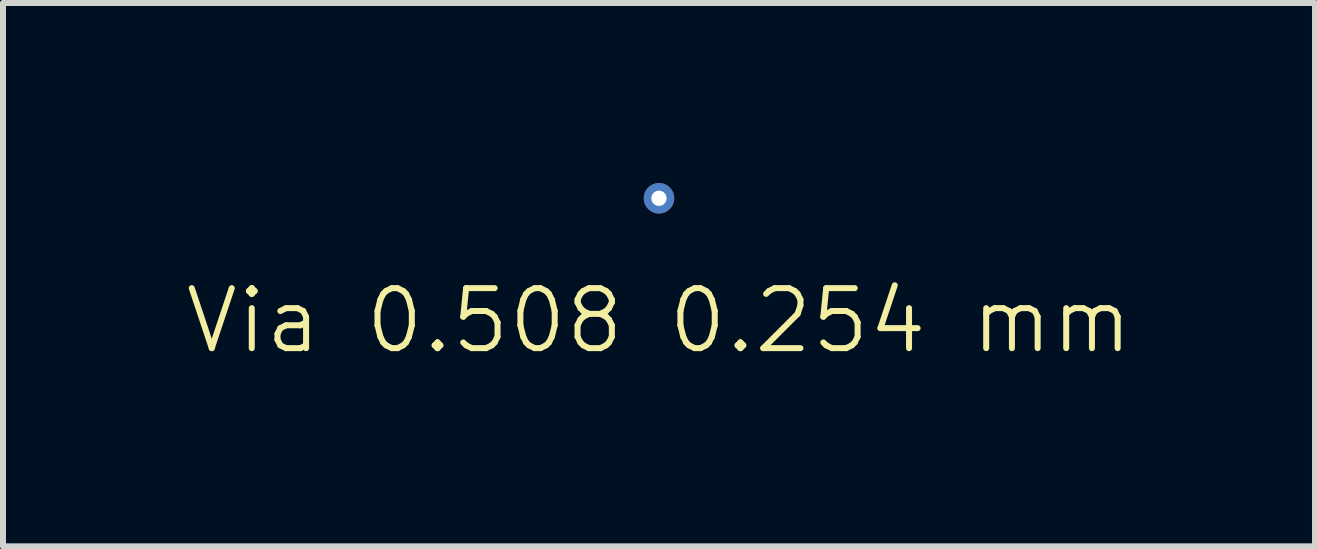
<source format=kicad_pcb>
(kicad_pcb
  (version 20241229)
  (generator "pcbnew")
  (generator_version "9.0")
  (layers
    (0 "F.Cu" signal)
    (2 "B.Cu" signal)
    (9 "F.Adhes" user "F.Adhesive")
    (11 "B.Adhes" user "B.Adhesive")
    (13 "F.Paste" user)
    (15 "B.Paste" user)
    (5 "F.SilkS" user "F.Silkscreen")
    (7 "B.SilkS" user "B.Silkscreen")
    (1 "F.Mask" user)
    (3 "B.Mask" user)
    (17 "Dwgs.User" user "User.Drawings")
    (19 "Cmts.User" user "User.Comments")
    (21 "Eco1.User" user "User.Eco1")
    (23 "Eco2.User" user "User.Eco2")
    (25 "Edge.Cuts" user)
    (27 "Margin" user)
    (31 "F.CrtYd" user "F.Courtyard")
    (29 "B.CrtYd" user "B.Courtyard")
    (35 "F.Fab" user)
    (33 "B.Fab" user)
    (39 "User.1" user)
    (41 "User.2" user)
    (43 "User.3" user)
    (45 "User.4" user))
  (footprint "Via 0.508 0.254 mm"
    (layer "F.Cu")
    (at 7.931 2.794)
    (property "Reference" "Via 0.508 0.254 mm" (at 0 -0.5 0) (unlocked yes) (layer "F.SilkS") (effects (font (size 1 1) (thickness 0.1))))
    (attr through_hole)
    (pad "1" thru_hole circle (at 0 -2.54) (size 0.508 0.508) (drill 0.254) (layers "*.Cu" "*.Mask")))
  (gr_rect
    (start -3 -3)
    (end 18.862 6.054)
    (stroke (width 0.1) (type default))
    (fill no)
    (layer "Edge.Cuts")))
</source>
